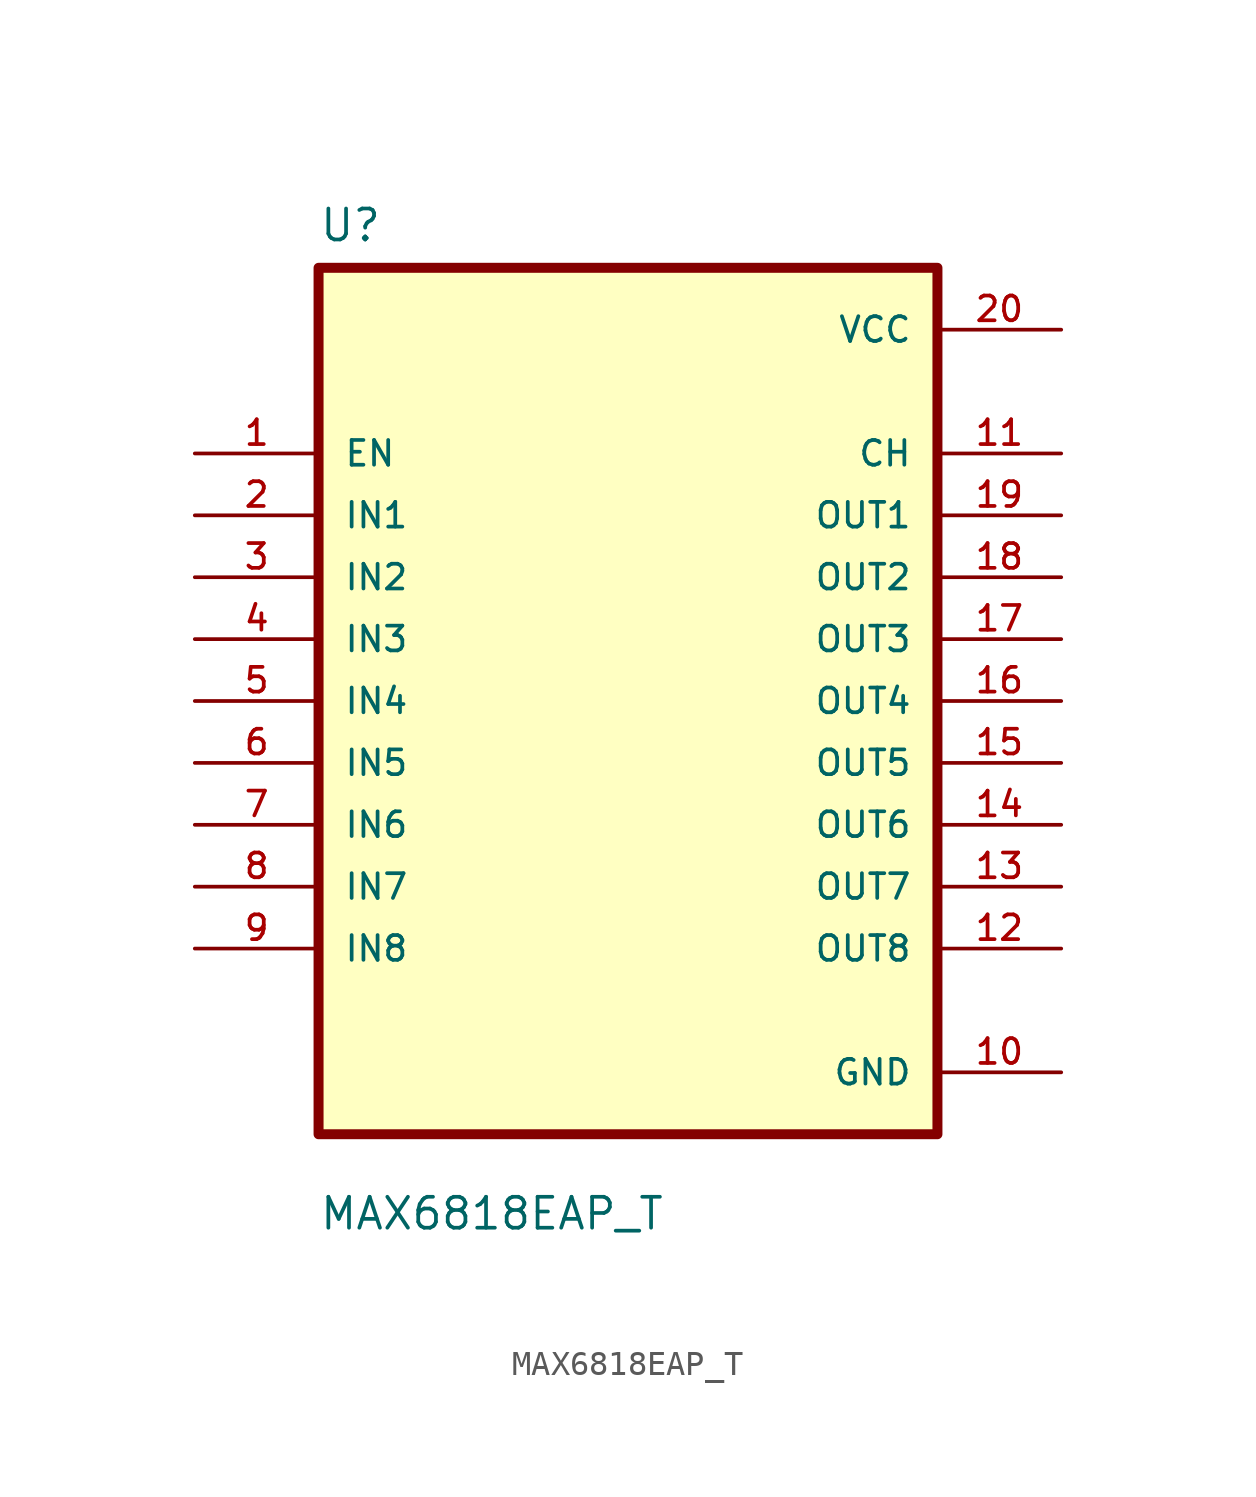
<source format=kicad_sym>
(kicad_symbol_lib
  (version 20211014)
  (generator kicad_symbol_editor)
  (symbol "MAX6818EAP_T"
    (pin_names
      (offset 1.016))
    (property "Reference" "U"
      (at -12.7 18.78 0.0)
      (effects (font (size 1.27 1.27)) (justify bottom left)))
    (property "Value" "MAX6818EAP_T"
      (at -12.7 -21.78 0.0)
      (effects (font (size 1.27 1.27)) (justify bottom left)))
    (symbol "MAX6818EAP_T_0_0"
      (rectangle (start -12.7 -17.78) (end 12.7 17.78) (stroke (width 0.41)) (fill (type background)))
      (pin input line (at -17.78 10.16 0) (length 5.08) (name "EN" (effects (font (size 1.016 1.016)))) (number "1" (effects (font (size 1.016 1.016)))))
      (pin input line (at -17.78 7.62 0) (length 5.08) (name "IN1" (effects (font (size 1.016 1.016)))) (number "2" (effects (font (size 1.016 1.016)))))
      (pin input line (at -17.78 5.08 0) (length 5.08) (name "IN2" (effects (font (size 1.016 1.016)))) (number "3" (effects (font (size 1.016 1.016)))))
      (pin input line (at -17.78 2.54 0) (length 5.08) (name "IN3" (effects (font (size 1.016 1.016)))) (number "4" (effects (font (size 1.016 1.016)))))
      (pin input line (at -17.78 0.0 0) (length 5.08) (name "IN4" (effects (font (size 1.016 1.016)))) (number "5" (effects (font (size 1.016 1.016)))))
      (pin input line (at -17.78 -2.54 0) (length 5.08) (name "IN5" (effects (font (size 1.016 1.016)))) (number "6" (effects (font (size 1.016 1.016)))))
      (pin input line (at -17.78 -5.08 0) (length 5.08) (name "IN6" (effects (font (size 1.016 1.016)))) (number "7" (effects (font (size 1.016 1.016)))))
      (pin input line (at -17.78 -7.62 0) (length 5.08) (name "IN7" (effects (font (size 1.016 1.016)))) (number "8" (effects (font (size 1.016 1.016)))))
      (pin input line (at -17.78 -10.16 0) (length 5.08) (name "IN8" (effects (font (size 1.016 1.016)))) (number "9" (effects (font (size 1.016 1.016)))))
      (pin power_in line (at 17.78 15.24 180.0) (length 5.08) (name "VCC" (effects (font (size 1.016 1.016)))) (number "20" (effects (font (size 1.016 1.016)))))
      (pin output line (at 17.78 10.16 180.0) (length 5.08) (name "CH" (effects (font (size 1.016 1.016)))) (number "11" (effects (font (size 1.016 1.016)))))
      (pin output line (at 17.78 7.62 180.0) (length 5.08) (name "OUT1" (effects (font (size 1.016 1.016)))) (number "19" (effects (font (size 1.016 1.016)))))
      (pin output line (at 17.78 5.08 180.0) (length 5.08) (name "OUT2" (effects (font (size 1.016 1.016)))) (number "18" (effects (font (size 1.016 1.016)))))
      (pin output line (at 17.78 2.54 180.0) (length 5.08) (name "OUT3" (effects (font (size 1.016 1.016)))) (number "17" (effects (font (size 1.016 1.016)))))
      (pin output line (at 17.78 1.77636e-15 180.0) (length 5.08) (name "OUT4" (effects (font (size 1.016 1.016)))) (number "16" (effects (font (size 1.016 1.016)))))
      (pin output line (at 17.78 -2.54 180.0) (length 5.08) (name "OUT5" (effects (font (size 1.016 1.016)))) (number "15" (effects (font (size 1.016 1.016)))))
      (pin output line (at 17.78 -5.08 180.0) (length 5.08) (name "OUT6" (effects (font (size 1.016 1.016)))) (number "14" (effects (font (size 1.016 1.016)))))
      (pin output line (at 17.78 -7.62 180.0) (length 5.08) (name "OUT7" (effects (font (size 1.016 1.016)))) (number "13" (effects (font (size 1.016 1.016)))))
      (pin output line (at 17.78 -10.16 180.0) (length 5.08) (name "OUT8" (effects (font (size 1.016 1.016)))) (number "12" (effects (font (size 1.016 1.016)))))
      (pin power_in line (at 17.78 -15.24 180.0) (length 5.08) (name "GND" (effects (font (size 1.016 1.016)))) (number "10" (effects (font (size 1.016 1.016))))))))
</source>
